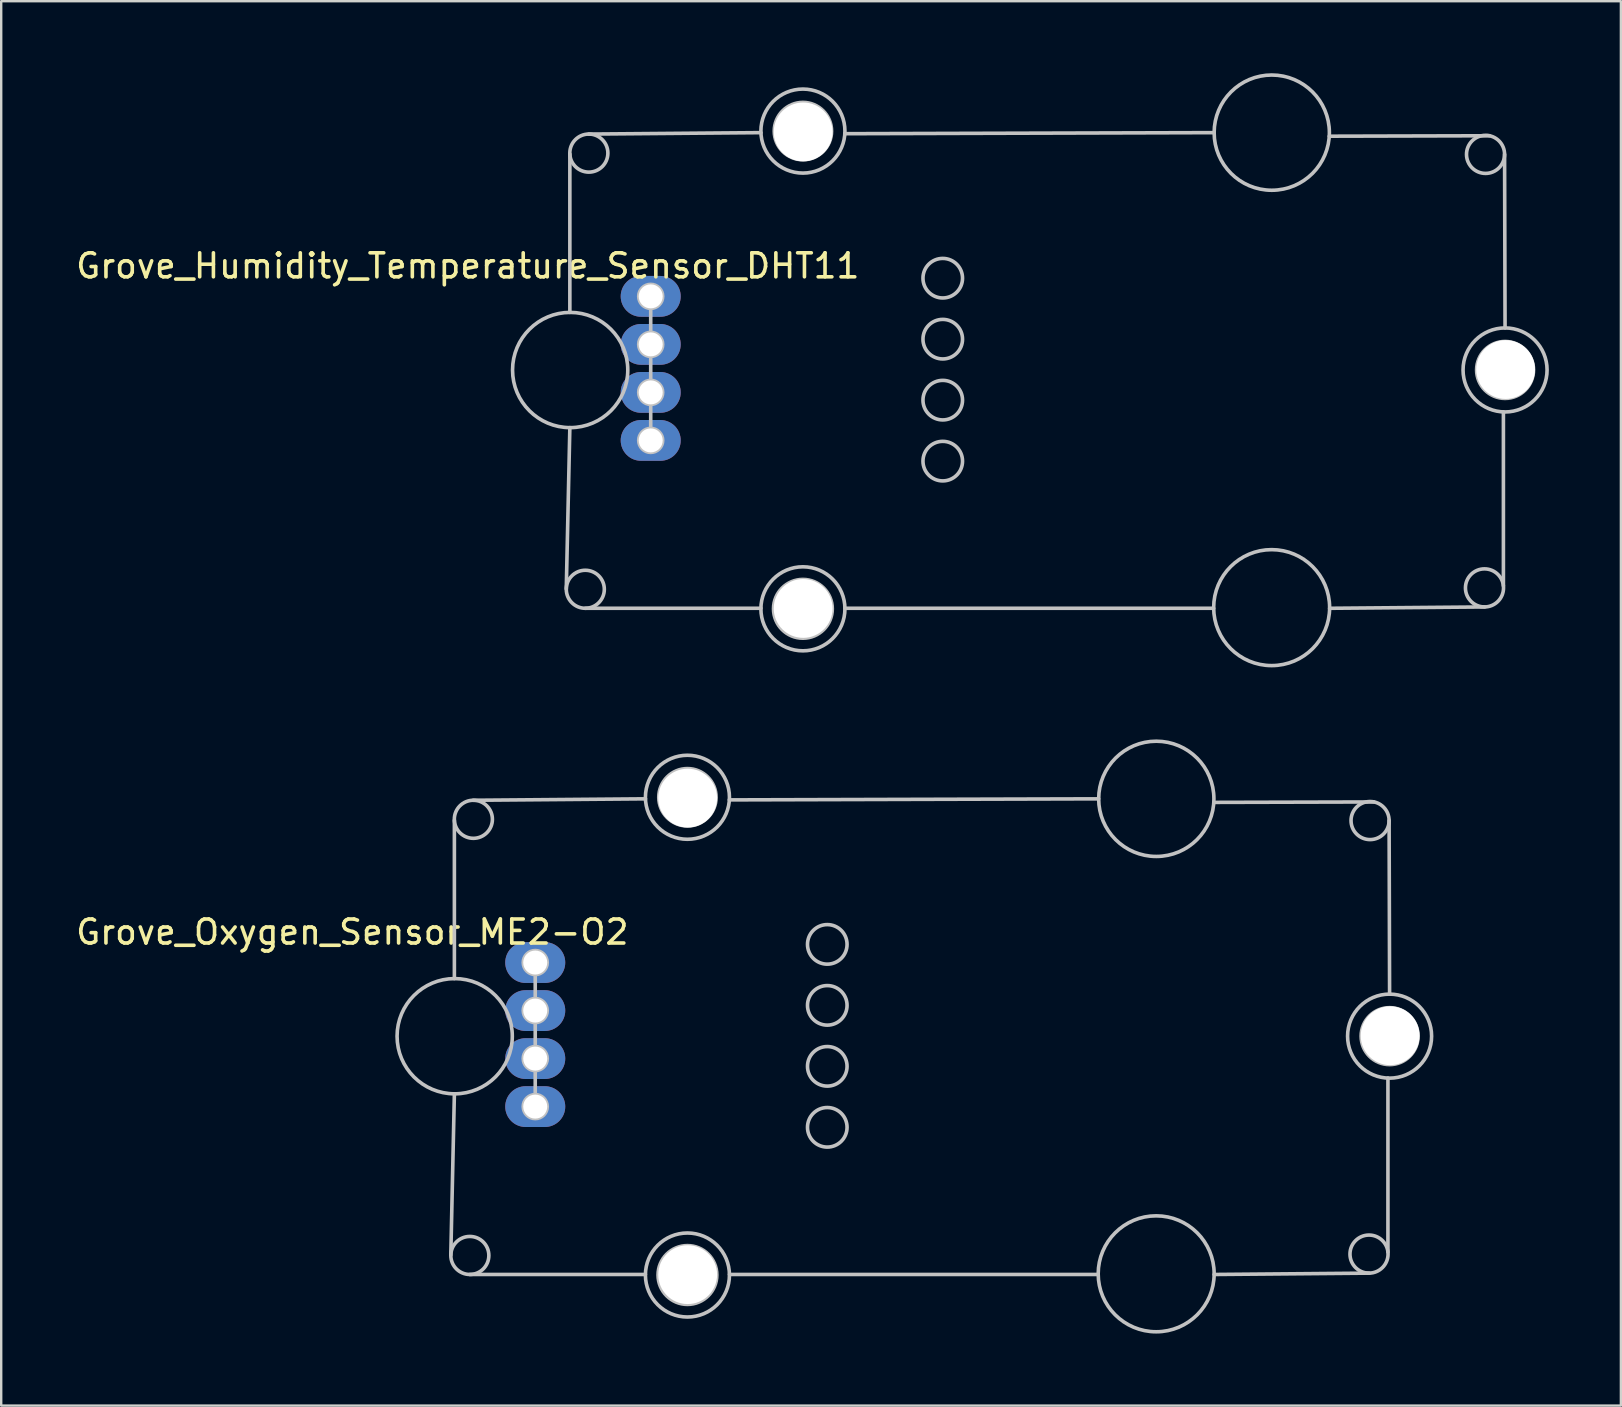
<source format=kicad_pcb>
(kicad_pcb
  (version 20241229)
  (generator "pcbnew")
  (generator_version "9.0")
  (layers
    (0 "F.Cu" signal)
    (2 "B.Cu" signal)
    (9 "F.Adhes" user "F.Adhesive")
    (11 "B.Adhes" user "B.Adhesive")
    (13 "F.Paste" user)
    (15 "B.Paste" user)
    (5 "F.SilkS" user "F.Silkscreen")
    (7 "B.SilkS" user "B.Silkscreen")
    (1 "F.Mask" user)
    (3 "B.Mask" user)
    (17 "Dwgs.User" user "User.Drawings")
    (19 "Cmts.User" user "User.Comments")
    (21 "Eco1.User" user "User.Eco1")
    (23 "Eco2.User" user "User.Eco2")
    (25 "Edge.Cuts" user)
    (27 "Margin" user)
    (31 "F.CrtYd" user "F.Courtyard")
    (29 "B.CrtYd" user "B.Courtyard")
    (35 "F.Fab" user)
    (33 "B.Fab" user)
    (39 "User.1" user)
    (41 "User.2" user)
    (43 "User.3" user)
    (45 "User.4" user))
  (footprint "Grove_Oxygen_Sensor_ME2-O2"
    (layer "F.Cu")
    (at 19.245 37.045)
    (property "Reference" "Grove_Oxygen_Sensor_ME2-O2" (at -7.62 -1.27 0) (layer "F.SilkS") (effects (font (size 1 1) (thickness 0.15))))
    (attr through_hole)
    (fp_line (start -3.368 -5.925) (end -3.368 0.668) (stroke (width 0.15) (type solid)) (layer "Dwgs.User"))
    (fp_line (start -3.368 5.468) (end -3.517 12.183) (stroke (width 0.15) (type solid)) (layer "Dwgs.User"))
    (fp_line (start -2.724 12.993) (end 4.59 12.993) (stroke (width 0.15) (type solid)) (layer "Dwgs.User"))
    (fp_line (start 0 0) (end 0 2) (stroke (width 0.15) (type solid)) (layer "Dwgs.User"))
    (fp_line (start 0 2) (end 0 4) (stroke (width 0.15) (type solid)) (layer "Dwgs.User"))
    (fp_line (start 0 4) (end 0 6) (stroke (width 0.15) (type solid)) (layer "Dwgs.User"))
    (fp_line (start 4.591 -6.82) (end -2.583 -6.76) (stroke (width 0.15) (type solid)) (layer "Dwgs.User"))
    (fp_line (start 8.09 12.993) (end 23.45 12.993) (stroke (width 0.15) (type solid)) (layer "Dwgs.User"))
    (fp_line (start 23.47 -6.82) (end 8.087 -6.776) (stroke (width 0.15) (type solid)) (layer "Dwgs.User"))
    (fp_line (start 28.28 12.993) (end 34.738 12.937) (stroke (width 0.15) (type solid)) (layer "Dwgs.User"))
    (fp_line (start 34.939 -6.69) (end 28.265 -6.672) (stroke (width 0.15) (type solid)) (layer "Dwgs.User"))
    (fp_line (start 35.519 12.057) (end 35.519 4.813) (stroke (width 0.15) (type solid)) (layer "Dwgs.User"))
    (fp_line (start 35.588 1.315) (end 35.568 -5.917) (stroke (width 0.15) (type solid)) (layer "Dwgs.User"))
    (fp_circle (center -3.355 3.068) (end -0.955 3.068) (stroke (width 0.15) (type solid)) (fill no) (layer "Dwgs.User"))
    (fp_circle (center -2.724 12.201) (end -1.932 12.201) (stroke (width 0.15) (type solid)) (fill no) (layer "Dwgs.User"))
    (fp_circle (center -2.577 -5.968) (end -1.784 -5.968) (stroke (width 0.15) (type solid)) (fill no) (layer "Dwgs.User"))
    (fp_circle (center 0 0) (end 0.5 0) (stroke (width 0.15) (type solid)) (fill no) (layer "Dwgs.User"))
    (fp_circle (center 0 2) (end 0.5 2) (stroke (width 0.15) (type solid)) (fill no) (layer "Dwgs.User"))
    (fp_circle (center 0 4) (end 0.5 4) (stroke (width 0.15) (type solid)) (fill no) (layer "Dwgs.User"))
    (fp_circle (center 0 6) (end 0.5 6) (stroke (width 0.15) (type solid)) (fill no) (layer "Dwgs.User"))
    (fp_circle (center 6.34 -6.885) (end 7.535 -6.885) (stroke (width 0.15) (type solid)) (fill no) (layer "Dwgs.User"))
    (fp_circle (center 6.34 -6.885) (end 8.09 -6.885) (stroke (width 0.15) (type solid)) (fill no) (layer "Dwgs.User"))
    (fp_circle (center 6.34 13.015) (end 7.565 13.015) (stroke (width 0.15) (type solid)) (fill no) (layer "Dwgs.User"))
    (fp_circle (center 6.34 13.015) (end 8.09 13.015) (stroke (width 0.15) (type solid)) (fill no) (layer "Dwgs.User"))
    (fp_circle (center 12.165 -0.757) (end 12.989 -0.757) (stroke (width 0.15) (type solid)) (fill no) (layer "Dwgs.User"))
    (fp_circle (center 12.165 1.783) (end 12.989 1.783) (stroke (width 0.15) (type solid)) (fill no) (layer "Dwgs.User"))
    (fp_circle (center 12.165 4.323) (end 12.989 4.323) (stroke (width 0.15) (type solid)) (fill no) (layer "Dwgs.User"))
    (fp_circle (center 12.165 6.863) (end 12.989 6.863) (stroke (width 0.15) (type solid)) (fill no) (layer "Dwgs.User"))
    (fp_circle (center 25.865 12.965) (end 28.28 12.965) (stroke (width 0.15) (type solid)) (fill no) (layer "Dwgs.User"))
    (fp_circle (center 25.87 -6.82) (end 28.27 -6.82) (stroke (width 0.15) (type solid)) (fill no) (layer "Dwgs.User"))
    (fp_circle (center 34.731 12.144) (end 35.524 12.144) (stroke (width 0.15) (type solid)) (fill no) (layer "Dwgs.User"))
    (fp_circle (center 34.775 -5.915) (end 35.568 -5.915) (stroke (width 0.15) (type solid)) (fill no) (layer "Dwgs.User"))
    (fp_circle (center 35.588 3.065) (end 36.774 3.065) (stroke (width 0.15) (type solid)) (fill no) (layer "Dwgs.User"))
    (fp_circle (center 35.588 3.065) (end 37.338 3.065) (stroke (width 0.15) (type solid)) (fill no) (layer "Dwgs.User"))
    (pad "" np_thru_hole circle (at 6.35 -6.85) (size 2.45 2.45) (drill 2.45) (layers "*.Cu" "*.Mask"))
    (pad "" np_thru_hole circle (at 6.35 13) (size 2.45 2.45) (drill 2.45) (layers "*.Cu" "*.Mask"))
    (pad "" np_thru_hole circle (at 35.611 3.048) (size 2.45 2.45) (drill 2.45) (layers "*.Cu" "*.Mask"))
    (pad "1" thru_hole oval (at 0 6) (size 2.5 1.7) (drill 1) (layers "*.Cu" "*.Mask"))
    (pad "2" thru_hole oval (at 0 4) (size 2.5 1.7) (drill 1) (layers "*.Cu" "*.Mask"))
    (pad "3" thru_hole oval (at 0 2) (size 2.5 1.7) (drill 1) (layers "*.Cu" "*.Mask"))
    (pad "4" thru_hole oval (at 0 0) (size 2.5 1.7) (drill 1) (layers "*.Cu" "*.Mask")))
  (footprint "Grove_Humidity_Temperature_Sensor_DHT11"
    (layer "F.Cu")
    (at 24.055 9.295)
    (property "Reference" "Grove_Humidity_Temperature_Sensor_DHT11" (at -7.62 -1.27 0) (layer "F.SilkS") (effects (font (size 1 1) (thickness 0.15))))
    (attr through_hole)
    (fp_line (start -3.368 -5.925) (end -3.368 0.668) (stroke (width 0.15) (type solid)) (layer "Dwgs.User"))
    (fp_line (start -3.368 5.468) (end -3.517 12.183) (stroke (width 0.15) (type solid)) (layer "Dwgs.User"))
    (fp_line (start -2.724 12.993) (end 4.59 12.993) (stroke (width 0.15) (type solid)) (layer "Dwgs.User"))
    (fp_line (start 0 0) (end 0 2) (stroke (width 0.15) (type solid)) (layer "Dwgs.User"))
    (fp_line (start 0 2) (end 0 4) (stroke (width 0.15) (type solid)) (layer "Dwgs.User"))
    (fp_line (start 0 4) (end 0 6) (stroke (width 0.15) (type solid)) (layer "Dwgs.User"))
    (fp_line (start 4.591 -6.82) (end -2.583 -6.76) (stroke (width 0.15) (type solid)) (layer "Dwgs.User"))
    (fp_line (start 8.09 12.993) (end 23.45 12.993) (stroke (width 0.15) (type solid)) (layer "Dwgs.User"))
    (fp_line (start 23.47 -6.82) (end 8.087 -6.776) (stroke (width 0.15) (type solid)) (layer "Dwgs.User"))
    (fp_line (start 28.28 12.993) (end 34.738 12.937) (stroke (width 0.15) (type solid)) (layer "Dwgs.User"))
    (fp_line (start 34.939 -6.69) (end 28.265 -6.672) (stroke (width 0.15) (type solid)) (layer "Dwgs.User"))
    (fp_line (start 35.519 12.057) (end 35.519 4.813) (stroke (width 0.15) (type solid)) (layer "Dwgs.User"))
    (fp_line (start 35.588 1.315) (end 35.568 -5.917) (stroke (width 0.15) (type solid)) (layer "Dwgs.User"))
    (fp_circle (center -3.355 3.068) (end -0.955 3.068) (stroke (width 0.15) (type solid)) (fill no) (layer "Dwgs.User"))
    (fp_circle (center -2.724 12.201) (end -1.932 12.201) (stroke (width 0.15) (type solid)) (fill no) (layer "Dwgs.User"))
    (fp_circle (center -2.577 -5.968) (end -1.784 -5.968) (stroke (width 0.15) (type solid)) (fill no) (layer "Dwgs.User"))
    (fp_circle (center 0 0) (end 0.5 0) (stroke (width 0.15) (type solid)) (fill no) (layer "Dwgs.User"))
    (fp_circle (center 0 2) (end 0.5 2) (stroke (width 0.15) (type solid)) (fill no) (layer "Dwgs.User"))
    (fp_circle (center 0 4) (end 0.5 4) (stroke (width 0.15) (type solid)) (fill no) (layer "Dwgs.User"))
    (fp_circle (center 0 6) (end 0.5 6) (stroke (width 0.15) (type solid)) (fill no) (layer "Dwgs.User"))
    (fp_circle (center 6.34 -6.885) (end 7.535 -6.885) (stroke (width 0.15) (type solid)) (fill no) (layer "Dwgs.User"))
    (fp_circle (center 6.34 -6.885) (end 8.09 -6.885) (stroke (width 0.15) (type solid)) (fill no) (layer "Dwgs.User"))
    (fp_circle (center 6.34 13.015) (end 7.565 13.015) (stroke (width 0.15) (type solid)) (fill no) (layer "Dwgs.User"))
    (fp_circle (center 6.34 13.015) (end 8.09 13.015) (stroke (width 0.15) (type solid)) (fill no) (layer "Dwgs.User"))
    (fp_circle (center 12.165 -0.757) (end 12.989 -0.757) (stroke (width 0.15) (type solid)) (fill no) (layer "Dwgs.User"))
    (fp_circle (center 12.165 1.783) (end 12.989 1.783) (stroke (width 0.15) (type solid)) (fill no) (layer "Dwgs.User"))
    (fp_circle (center 12.165 4.323) (end 12.989 4.323) (stroke (width 0.15) (type solid)) (fill no) (layer "Dwgs.User"))
    (fp_circle (center 12.165 6.863) (end 12.989 6.863) (stroke (width 0.15) (type solid)) (fill no) (layer "Dwgs.User"))
    (fp_circle (center 25.865 12.965) (end 28.28 12.965) (stroke (width 0.15) (type solid)) (fill no) (layer "Dwgs.User"))
    (fp_circle (center 25.87 -6.82) (end 28.27 -6.82) (stroke (width 0.15) (type solid)) (fill no) (layer "Dwgs.User"))
    (fp_circle (center 34.731 12.144) (end 35.524 12.144) (stroke (width 0.15) (type solid)) (fill no) (layer "Dwgs.User"))
    (fp_circle (center 34.775 -5.915) (end 35.568 -5.915) (stroke (width 0.15) (type solid)) (fill no) (layer "Dwgs.User"))
    (fp_circle (center 35.588 3.065) (end 36.774 3.065) (stroke (width 0.15) (type solid)) (fill no) (layer "Dwgs.User"))
    (fp_circle (center 35.588 3.065) (end 37.338 3.065) (stroke (width 0.15) (type solid)) (fill no) (layer "Dwgs.User"))
    (pad "" np_thru_hole circle (at 6.35 -6.85) (size 2.45 2.45) (drill 2.45) (layers "*.Cu" "*.Mask"))
    (pad "" np_thru_hole circle (at 6.35 13) (size 2.45 2.45) (drill 2.45) (layers "*.Cu" "*.Mask"))
    (pad "" np_thru_hole circle (at 35.611 3.048) (size 2.45 2.45) (drill 2.45) (layers "*.Cu" "*.Mask"))
    (pad "1" thru_hole oval (at 0 6) (size 2.5 1.7) (drill 1) (layers "*.Cu" "*.Mask"))
    (pad "2" thru_hole oval (at 0 4) (size 2.5 1.7) (drill 1) (layers "*.Cu" "*.Mask"))
    (pad "3" thru_hole oval (at 0 2) (size 2.5 1.7) (drill 1) (layers "*.Cu" "*.Mask"))
    (pad "4" thru_hole oval (at 0 0) (size 2.5 1.7) (drill 1) (layers "*.Cu" "*.Mask")))
  (gr_rect
    (start -3 -3)
    (end 64.468 55.5)
    (stroke (width 0.1) (type default))
    (fill no)
    (layer "Edge.Cuts")))
</source>
